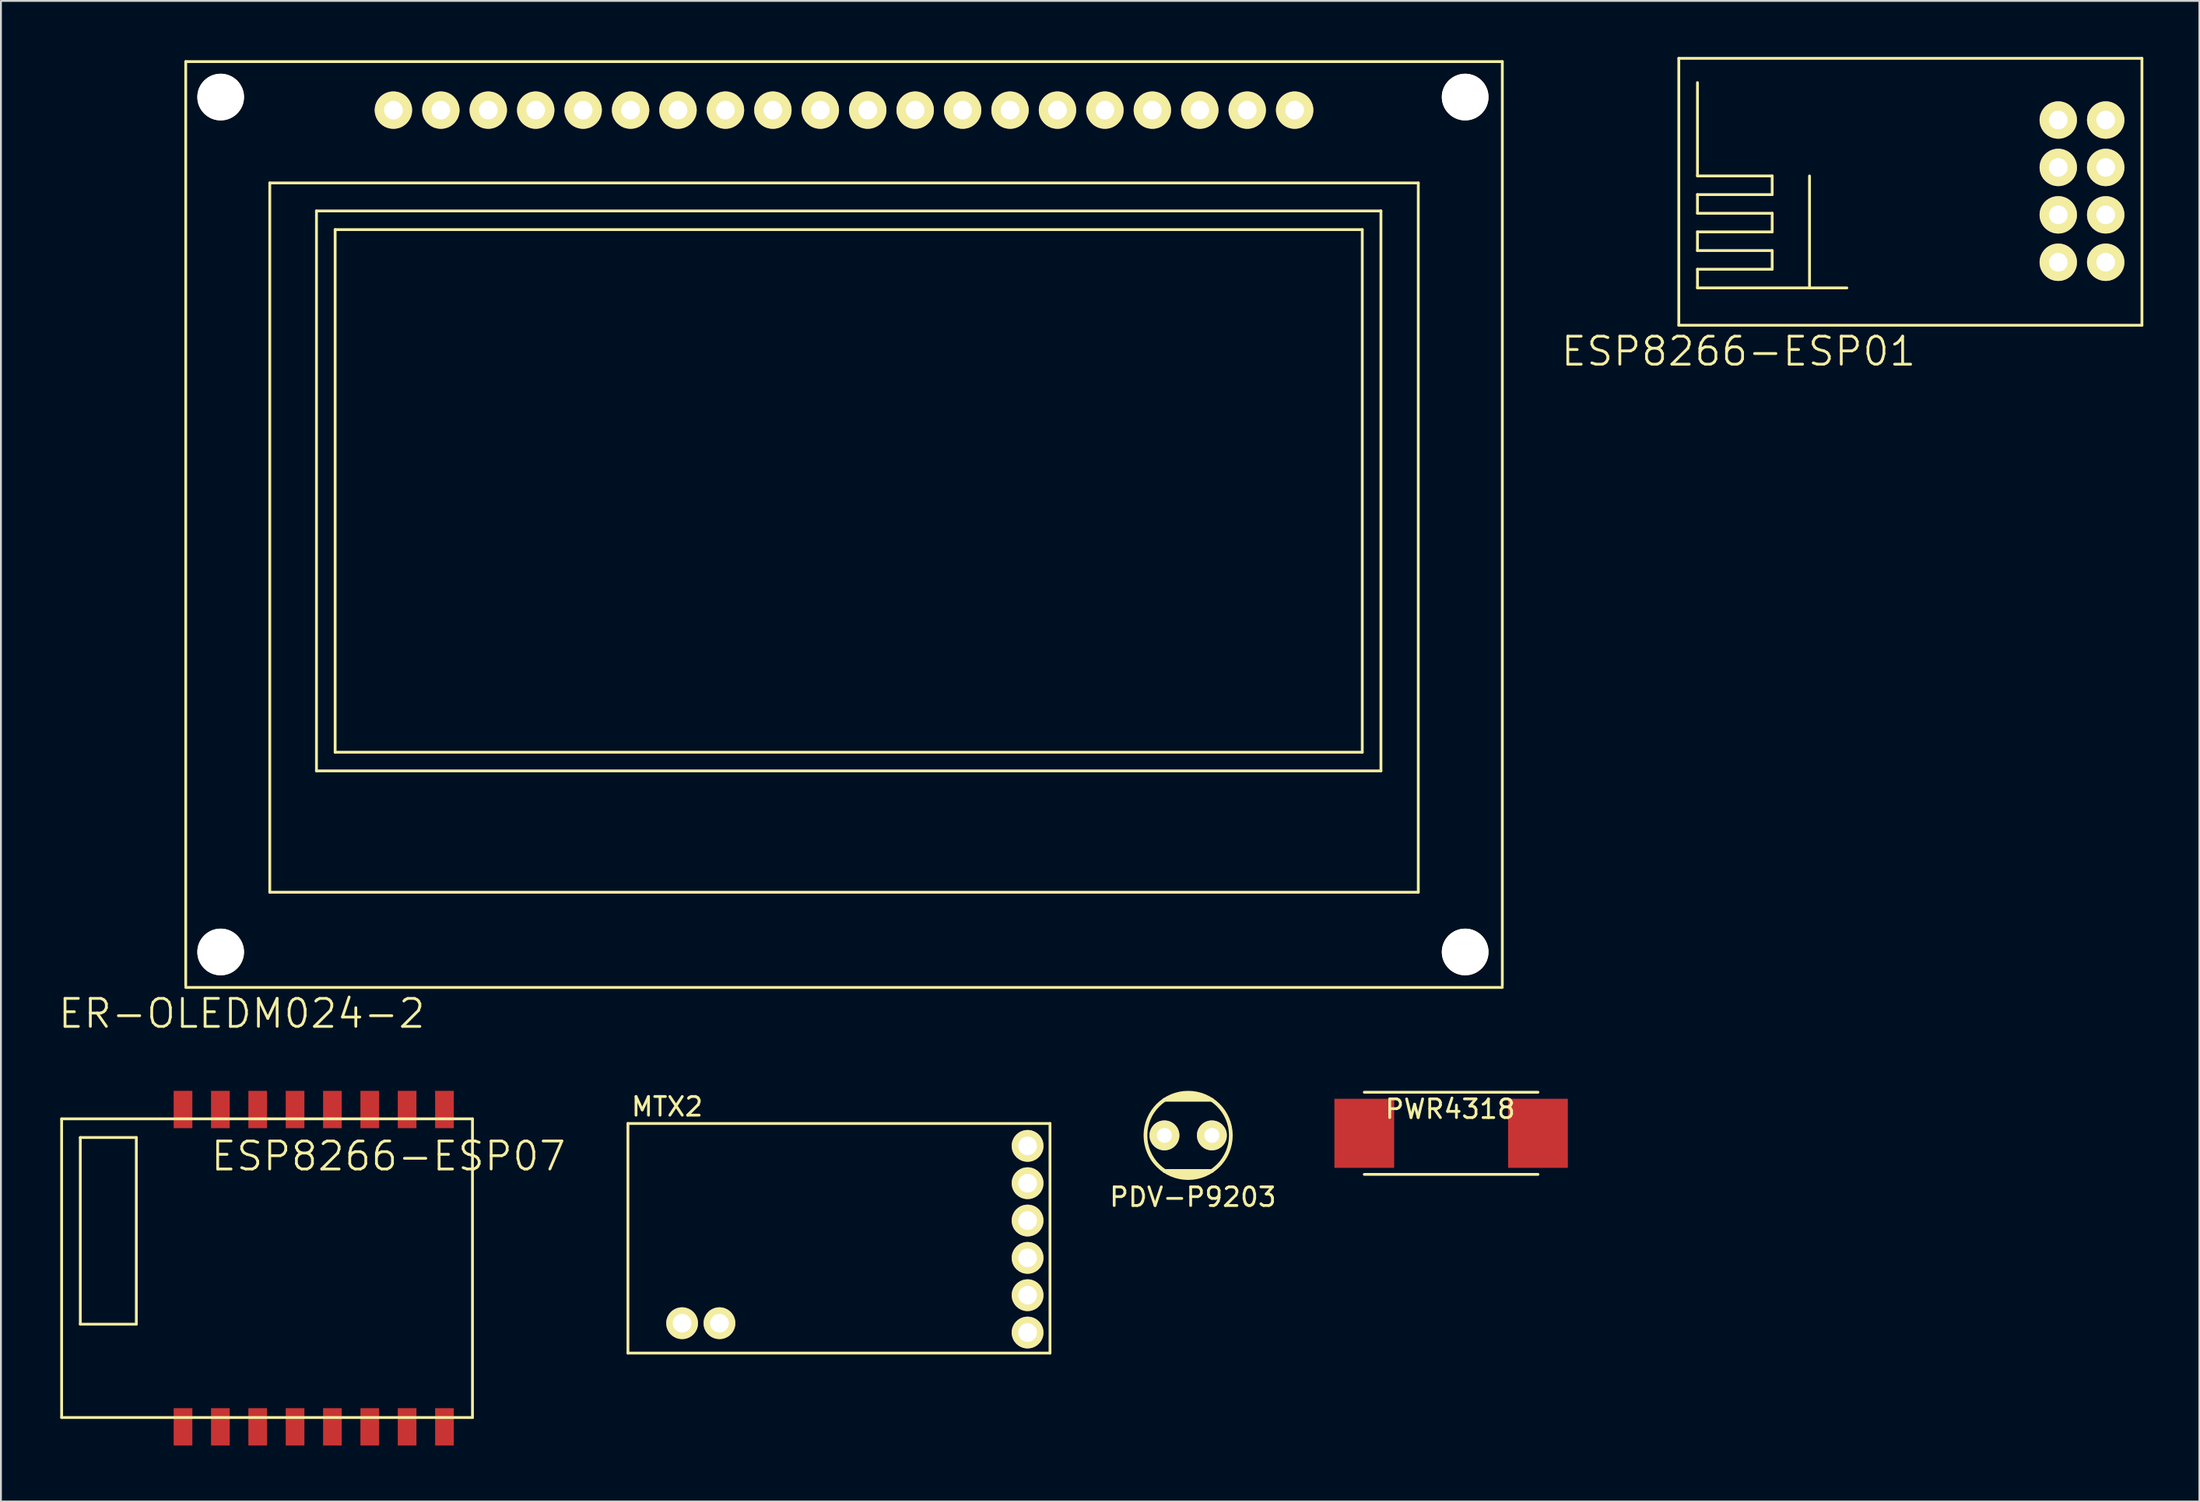
<source format=kicad_pcb>
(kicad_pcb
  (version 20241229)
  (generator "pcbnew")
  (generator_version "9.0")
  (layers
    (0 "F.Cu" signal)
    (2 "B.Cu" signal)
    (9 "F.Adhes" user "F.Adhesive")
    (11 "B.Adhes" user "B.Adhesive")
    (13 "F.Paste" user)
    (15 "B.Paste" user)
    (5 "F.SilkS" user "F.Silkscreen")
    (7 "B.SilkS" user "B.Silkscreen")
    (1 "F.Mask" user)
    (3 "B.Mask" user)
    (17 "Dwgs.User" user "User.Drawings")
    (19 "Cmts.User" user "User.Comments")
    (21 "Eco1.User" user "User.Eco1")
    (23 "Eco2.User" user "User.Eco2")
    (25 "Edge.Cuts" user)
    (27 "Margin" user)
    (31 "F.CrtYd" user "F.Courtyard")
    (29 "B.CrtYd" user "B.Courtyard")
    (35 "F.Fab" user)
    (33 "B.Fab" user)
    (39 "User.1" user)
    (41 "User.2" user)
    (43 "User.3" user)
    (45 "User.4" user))
  (footprint "MTX2"
    (layer "F.Cu")
    (at 30.575 69.439)
    (property "Reference" "MTX2" (at 2.1 -13.2 0) (layer "F.SilkS") (effects (font (size 1 1) (thickness 0.15))))
    (attr through_hole)
    (fp_line (start 0 -12.3) (end 22.6 -12.3) (stroke (width 0.15) (type solid)) (layer "F.SilkS"))
    (fp_line (start 0 0) (end 0 -12.3) (stroke (width 0.15) (type solid)) (layer "F.SilkS"))
    (fp_line (start 22.6 -12.3) (end 22.6 0) (stroke (width 0.15) (type solid)) (layer "F.SilkS"))
    (fp_line (start 22.6 0) (end 0 0) (stroke (width 0.15) (type solid)) (layer "F.SilkS"))
    (pad "1" thru_hole circle (at 2.9 -1.6) (size 1.7 1.7) (drill 1) (layers "*.Cu" "*.Mask" "F.SilkS"))
    (pad "2" thru_hole circle (at 4.9 -1.6) (size 1.7 1.7) (drill 1) (layers "*.Cu" "*.Mask" "F.SilkS"))
    (pad "3" thru_hole circle (at 21.4 -1.1) (size 1.7 1.7) (drill 1) (layers "*.Cu" "*.Mask" "F.SilkS"))
    (pad "4" thru_hole circle (at 21.4 -3.1) (size 1.7 1.7) (drill 1) (layers "*.Cu" "*.Mask" "F.SilkS"))
    (pad "5" thru_hole circle (at 21.4 -5.1) (size 1.7 1.7) (drill 1) (layers "*.Cu" "*.Mask" "F.SilkS"))
    (pad "6" thru_hole circle (at 21.4 -7.1) (size 1.7 1.7) (drill 1) (layers "*.Cu" "*.Mask" "F.SilkS"))
    (pad "7" thru_hole circle (at 21.4 -9.1) (size 1.7 1.7) (drill 1) (layers "*.Cu" "*.Mask" "F.SilkS"))
    (pad "8" thru_hole circle (at 21.4 -11.1) (size 1.7 1.7) (drill 1) (layers "*.Cu" "*.Mask" "F.SilkS")))
  (footprint "ESP8266-ESP01"
    (layer "F.Cu")
    (at 86.846 14.375)
    (property "Reference" "ESP8266-ESP01" (at 3.2 1.4 0) (layer "F.SilkS") (effects (font (size 1.5 1.5) (thickness 0.15))))
    (attr through_hole)
    (fp_line (start 0 -14.3) (end 0 0) (stroke (width 0.15) (type solid)) (layer "F.SilkS"))
    (fp_line (start 0 0) (end 24.8 0) (stroke (width 0.15) (type solid)) (layer "F.SilkS"))
    (fp_line (start 1 -13) (end 1 -8) (stroke (width 0.15) (type solid)) (layer "F.SilkS"))
    (fp_line (start 1 -8) (end 5 -8) (stroke (width 0.15) (type solid)) (layer "F.SilkS"))
    (fp_line (start 1 -7) (end 1 -6) (stroke (width 0.15) (type solid)) (layer "F.SilkS"))
    (fp_line (start 1 -6) (end 5 -6) (stroke (width 0.15) (type solid)) (layer "F.SilkS"))
    (fp_line (start 1 -5) (end 1 -4) (stroke (width 0.15) (type solid)) (layer "F.SilkS"))
    (fp_line (start 1 -4) (end 5 -4) (stroke (width 0.15) (type solid)) (layer "F.SilkS"))
    (fp_line (start 1 -3) (end 1 -2) (stroke (width 0.15) (type solid)) (layer "F.SilkS"))
    (fp_line (start 1 -2) (end 9 -2) (stroke (width 0.15) (type solid)) (layer "F.SilkS"))
    (fp_line (start 5 -8) (end 5 -7) (stroke (width 0.15) (type solid)) (layer "F.SilkS"))
    (fp_line (start 5 -7) (end 1 -7) (stroke (width 0.15) (type solid)) (layer "F.SilkS"))
    (fp_line (start 5 -6) (end 5 -5) (stroke (width 0.15) (type solid)) (layer "F.SilkS"))
    (fp_line (start 5 -5) (end 1 -5) (stroke (width 0.15) (type solid)) (layer "F.SilkS"))
    (fp_line (start 5 -4) (end 5 -3) (stroke (width 0.15) (type solid)) (layer "F.SilkS"))
    (fp_line (start 5 -3) (end 1 -3) (stroke (width 0.15) (type solid)) (layer "F.SilkS"))
    (fp_line (start 7 -2) (end 7 -8) (stroke (width 0.15) (type solid)) (layer "F.SilkS"))
    (fp_line (start 24.8 -14.3) (end 0 -14.3) (stroke (width 0.15) (type solid)) (layer "F.SilkS"))
    (fp_line (start 24.8 0) (end 24.8 -14.3) (stroke (width 0.15) (type solid)) (layer "F.SilkS"))
    (pad "1" thru_hole circle (at 20.32 -10.995) (size 2 2) (drill 1) (layers "*.Cu" "*.Mask" "F.SilkS"))
    (pad "2" thru_hole circle (at 20.32 -8.455) (size 2 2) (drill 1) (layers "*.Cu" "*.Mask" "F.SilkS"))
    (pad "3" thru_hole circle (at 20.32 -5.915) (size 2 2) (drill 1) (layers "*.Cu" "*.Mask" "F.SilkS"))
    (pad "4" thru_hole circle (at 20.32 -3.375) (size 2 2) (drill 1) (layers "*.Cu" "*.Mask" "F.SilkS"))
    (pad "5" thru_hole circle (at 22.86 -3.375) (size 2 2) (drill 1) (layers "*.Cu" "*.Mask" "F.SilkS"))
    (pad "6" thru_hole circle (at 22.86 -5.915) (size 2 2) (drill 1) (layers "*.Cu" "*.Mask" "F.SilkS"))
    (pad "7" thru_hole circle (at 22.86 -8.455) (size 2 2) (drill 1) (layers "*.Cu" "*.Mask" "F.SilkS"))
    (pad "8" thru_hole circle (at 22.86 -10.995) (size 2 2) (drill 1) (layers "*.Cu" "*.Mask" "F.SilkS")))
  (footprint "ESP8266-ESP07"
    (layer "F.Cu")
    (at 0.25 72.891)
    (property "Reference" "ESP8266-ESP07" (at 17.5 -14 0) (layer "F.SilkS") (effects (font (size 1.5 1.5) (thickness 0.15))))
    (attr through_hole)
    (fp_line (start 0 -16) (end 0 0) (stroke (width 0.15) (type solid)) (layer "F.SilkS"))
    (fp_line (start 0 0) (end 22 0) (stroke (width 0.15) (type solid)) (layer "F.SilkS"))
    (fp_line (start 1 -15) (end 4 -15) (stroke (width 0.15) (type solid)) (layer "F.SilkS"))
    (fp_line (start 1 -5) (end 1 -15) (stroke (width 0.15) (type solid)) (layer "F.SilkS"))
    (fp_line (start 4 -15) (end 4 -5) (stroke (width 0.15) (type solid)) (layer "F.SilkS"))
    (fp_line (start 4 -5) (end 1 -5) (stroke (width 0.15) (type solid)) (layer "F.SilkS"))
    (fp_line (start 22 -16) (end 0 -16) (stroke (width 0.15) (type solid)) (layer "F.SilkS"))
    (fp_line (start 22 0) (end 22 -16) (stroke (width 0.15) (type solid)) (layer "F.SilkS"))
    (pad "1" smd rect (at 6.5 0) (size 1 2) (drill (offset 0 0.5)) (layers "F.Cu" "F.Mask" "F.Paste"))
    (pad "2" smd rect (at 8.5 0) (size 1 2) (drill (offset 0 0.5)) (layers "F.Cu" "F.Mask" "F.Paste"))
    (pad "3" smd rect (at 10.5 0) (size 1 2) (drill (offset 0 0.5)) (layers "F.Cu" "F.Mask" "F.Paste"))
    (pad "4" smd rect (at 12.5 0) (size 1 2) (drill (offset 0 0.5)) (layers "F.Cu" "F.Mask" "F.Paste"))
    (pad "5" smd rect (at 14.5 0) (size 1 2) (drill (offset 0 0.5)) (layers "F.Cu" "F.Mask" "F.Paste"))
    (pad "6" smd rect (at 16.5 0) (size 1 2) (drill (offset 0 0.5)) (layers "F.Cu" "F.Mask" "F.Paste"))
    (pad "7" smd rect (at 18.5 0) (size 1 2) (drill (offset 0 0.5)) (layers "F.Cu" "F.Mask" "F.Paste"))
    (pad "8" smd rect (at 20.5 0) (size 1 2) (drill (offset 0 0.5)) (layers "F.Cu" "F.Mask" "F.Paste"))
    (pad "9" smd rect (at 20.5 -16) (size 1 2) (drill (offset 0 -0.5)) (layers "F.Cu" "F.Mask" "F.Paste"))
    (pad "10" smd rect (at 18.5 -16) (size 1 2) (drill (offset 0 -0.5)) (layers "F.Cu" "F.Mask" "F.Paste"))
    (pad "11" smd rect (at 16.5 -16) (size 1 2) (drill (offset 0 -0.5)) (layers "F.Cu" "F.Mask" "F.Paste"))
    (pad "12" smd rect (at 14.5 -16) (size 1 2) (drill (offset 0 -0.5)) (layers "F.Cu" "F.Mask" "F.Paste"))
    (pad "13" smd rect (at 12.5 -16) (size 1 2) (drill (offset 0 -0.5)) (layers "F.Cu" "F.Mask" "F.Paste"))
    (pad "14" smd rect (at 10.5 -16) (size 1 2) (drill (offset 0 -0.5)) (layers "F.Cu" "F.Mask" "F.Paste"))
    (pad "15" smd rect (at 8.5 -16) (size 1 2) (drill (offset 0 -0.5)) (layers "F.Cu" "F.Mask" "F.Paste"))
    (pad "16" smd rect (at 6.5 -16) (size 1 2) (drill (offset 0 -0.5)) (layers "F.Cu" "F.Mask" "F.Paste")))
  (footprint "ER-OLEDM024-2"
    (layer "F.Cu")
    (at 6.896 0.25)
    (property "Reference" "ER-OLEDM024-2" (at 3 51 0) (layer "F.SilkS") (effects (font (size 1.5 1.5) (thickness 0.15))))
    (attr through_hole)
    (fp_line (start 0 0) (end 70.5 0) (stroke (width 0.15) (type solid)) (layer "F.SilkS"))
    (fp_line (start 0 49.5) (end 0 0) (stroke (width 0.15) (type solid)) (layer "F.SilkS"))
    (fp_line (start 4.5 6.5) (end 4.5 44.5) (stroke (width 0.15) (type solid)) (layer "F.SilkS"))
    (fp_line (start 4.5 44.5) (end 66 44.5) (stroke (width 0.15) (type solid)) (layer "F.SilkS"))
    (fp_line (start 7 8) (end 7 38) (stroke (width 0.15) (type solid)) (layer "F.SilkS"))
    (fp_line (start 7 38) (end 64 38) (stroke (width 0.15) (type solid)) (layer "F.SilkS"))
    (fp_line (start 8 9) (end 8 37) (stroke (width 0.15) (type solid)) (layer "F.SilkS"))
    (fp_line (start 8 37) (end 63 37) (stroke (width 0.15) (type solid)) (layer "F.SilkS"))
    (fp_line (start 63 9) (end 8 9) (stroke (width 0.15) (type solid)) (layer "F.SilkS"))
    (fp_line (start 63 37) (end 63 9) (stroke (width 0.15) (type solid)) (layer "F.SilkS"))
    (fp_line (start 64 8) (end 7 8) (stroke (width 0.15) (type solid)) (layer "F.SilkS"))
    (fp_line (start 64 38) (end 64 8) (stroke (width 0.15) (type solid)) (layer "F.SilkS"))
    (fp_line (start 66 6.5) (end 4.5 6.5) (stroke (width 0.15) (type solid)) (layer "F.SilkS"))
    (fp_line (start 66 44.5) (end 66 6.5) (stroke (width 0.15) (type solid)) (layer "F.SilkS"))
    (fp_line (start 70.5 0) (end 70.5 49.5) (stroke (width 0.15) (type solid)) (layer "F.SilkS"))
    (fp_line (start 70.5 49.6) (end 0 49.6) (stroke (width 0.15) (type solid)) (layer "F.SilkS"))
    (pad "" np_thru_hole circle (at 1.87 1.9) (size 2.5 2.5) (drill 2.5) (layers "*.Cu" "*.Mask" "F.SilkS"))
    (pad "" np_thru_hole circle (at 1.87 47.7) (size 2.5 2.5) (drill 2.5) (layers "*.Cu" "*.Mask" "F.SilkS"))
    (pad "" np_thru_hole circle (at 68.51 1.9) (size 2.5 2.5) (drill 2.5) (layers "*.Cu" "*.Mask" "F.SilkS"))
    (pad "" np_thru_hole circle (at 68.51 47.7) (size 2.5 2.5) (drill 2.5) (layers "*.Cu" "*.Mask" "F.SilkS"))
    (pad "1" thru_hole circle (at 11.12 2.6) (size 2 2) (drill 1) (layers "*.Cu" "*.Mask" "F.SilkS"))
    (pad "2" thru_hole circle (at 13.66 2.6) (size 2 2) (drill 1) (layers "*.Cu" "*.Mask" "F.SilkS"))
    (pad "3" thru_hole circle (at 16.2 2.6) (size 2 2) (drill 1) (layers "*.Cu" "*.Mask" "F.SilkS"))
    (pad "4" thru_hole circle (at 18.74 2.6) (size 2 2) (drill 1) (layers "*.Cu" "*.Mask" "F.SilkS"))
    (pad "5" thru_hole circle (at 21.28 2.6) (size 2 2) (drill 1) (layers "*.Cu" "*.Mask" "F.SilkS"))
    (pad "6" thru_hole circle (at 23.82 2.6) (size 2 2) (drill 1) (layers "*.Cu" "*.Mask" "F.SilkS"))
    (pad "7" thru_hole circle (at 26.36 2.6) (size 2 2) (drill 1) (layers "*.Cu" "*.Mask" "F.SilkS"))
    (pad "8" thru_hole circle (at 28.9 2.6) (size 2 2) (drill 1) (layers "*.Cu" "*.Mask" "F.SilkS"))
    (pad "9" thru_hole circle (at 31.44 2.6) (size 2 2) (drill 1) (layers "*.Cu" "*.Mask" "F.SilkS"))
    (pad "10" thru_hole circle (at 33.98 2.6) (size 2 2) (drill 1) (layers "*.Cu" "*.Mask" "F.SilkS"))
    (pad "11" thru_hole circle (at 36.52 2.6) (size 2 2) (drill 1) (layers "*.Cu" "*.Mask" "F.SilkS"))
    (pad "12" thru_hole circle (at 39.06 2.6) (size 2 2) (drill 1) (layers "*.Cu" "*.Mask" "F.SilkS"))
    (pad "13" thru_hole circle (at 41.6 2.6) (size 2 2) (drill 1) (layers "*.Cu" "*.Mask" "F.SilkS"))
    (pad "14" thru_hole circle (at 44.14 2.6) (size 2 2) (drill 1) (layers "*.Cu" "*.Mask" "F.SilkS"))
    (pad "15" thru_hole circle (at 46.68 2.6) (size 2 2) (drill 1) (layers "*.Cu" "*.Mask" "F.SilkS"))
    (pad "16" thru_hole circle (at 49.22 2.6) (size 2 2) (drill 1) (layers "*.Cu" "*.Mask" "F.SilkS"))
    (pad "17" thru_hole circle (at 51.76 2.6) (size 2 2) (drill 1) (layers "*.Cu" "*.Mask" "F.SilkS"))
    (pad "18" thru_hole circle (at 54.3 2.6) (size 2 2) (drill 1) (layers "*.Cu" "*.Mask" "F.SilkS"))
    (pad "19" thru_hole circle (at 56.84 2.6) (size 2 2) (drill 1) (layers "*.Cu" "*.Mask" "F.SilkS"))
    (pad "20" thru_hole circle (at 59.38 2.6) (size 2 2) (drill 1) (layers "*.Cu" "*.Mask" "F.SilkS")))
  (footprint "PWR4318"
    (layer "F.Cu")
    (at 70.005 57.666)
    (property "Reference" "PWR4318" (at 4.6 -1.3 0) (layer "F.SilkS") (effects (font (size 1 1) (thickness 0.15))))
    (attr through_hole)
    (fp_line (start 0 -2.2) (end 9.3 -2.2) (stroke (width 0.15) (type solid)) (layer "F.SilkS"))
    (fp_line (start 0 2.2) (end 9.3 2.2) (stroke (width 0.15) (type solid)) (layer "F.SilkS"))
    (pad "1" smd rect (at 0 0) (size 3.2 3.7) (layers "F.Cu" "F.Mask" "F.Paste"))
    (pad "2" smd rect (at 9.3 0) (size 3.2 3.7) (layers "F.Cu" "F.Mask" "F.Paste")))
  (footprint "PDV-P9203"
    (layer "F.Cu")
    (at 59.303 57.777)
    (property "Reference" "PDV-P9203" (at 1.524 3.302 0) (layer "F.SilkS") (effects (font (size 1 1) (thickness 0.15))))
    (attr through_hole)
    (fp_line (start 0 -1.905) (end 2.54 -1.905) (stroke (width 0.2) (type solid)) (layer "F.SilkS"))
    (fp_line (start 0 1.905) (end 2.54 1.905) (stroke (width 0.2) (type solid)) (layer "F.SilkS"))
    (fp_line (start 0.381 -2.032) (end 2.159 -2.032) (stroke (width 0.2) (type solid)) (layer "F.SilkS"))
    (fp_line (start 0.381 2.032) (end 2.159 2.032) (stroke (width 0.2) (type solid)) (layer "F.SilkS"))
    (fp_line (start 0.762 -2.159) (end 1.778 -2.159) (stroke (width 0.2) (type solid)) (layer "F.SilkS"))
    (fp_line (start 0.762 2.159) (end 1.778 2.159) (stroke (width 0.2) (type solid)) (layer "F.SilkS"))
    (fp_circle (center 1.27 0) (end 3.556 0) (stroke (width 0.2) (type solid)) (fill no) (layer "F.SilkS"))
    (pad "1" thru_hole circle (at 0 0) (size 1.6 1.6) (drill 0.8) (layers "*.Cu" "*.Mask" "F.SilkS"))
    (pad "2" thru_hole circle (at 2.54 0) (size 1.6 1.6) (drill 0.8) (layers "*.Cu" "*.Mask" "F.SilkS")))
  (gr_rect
    (start -3 -3)
    (end 114.721 77.391)
    (stroke (width 0.1) (type default))
    (fill no)
    (layer "Edge.Cuts")))
</source>
